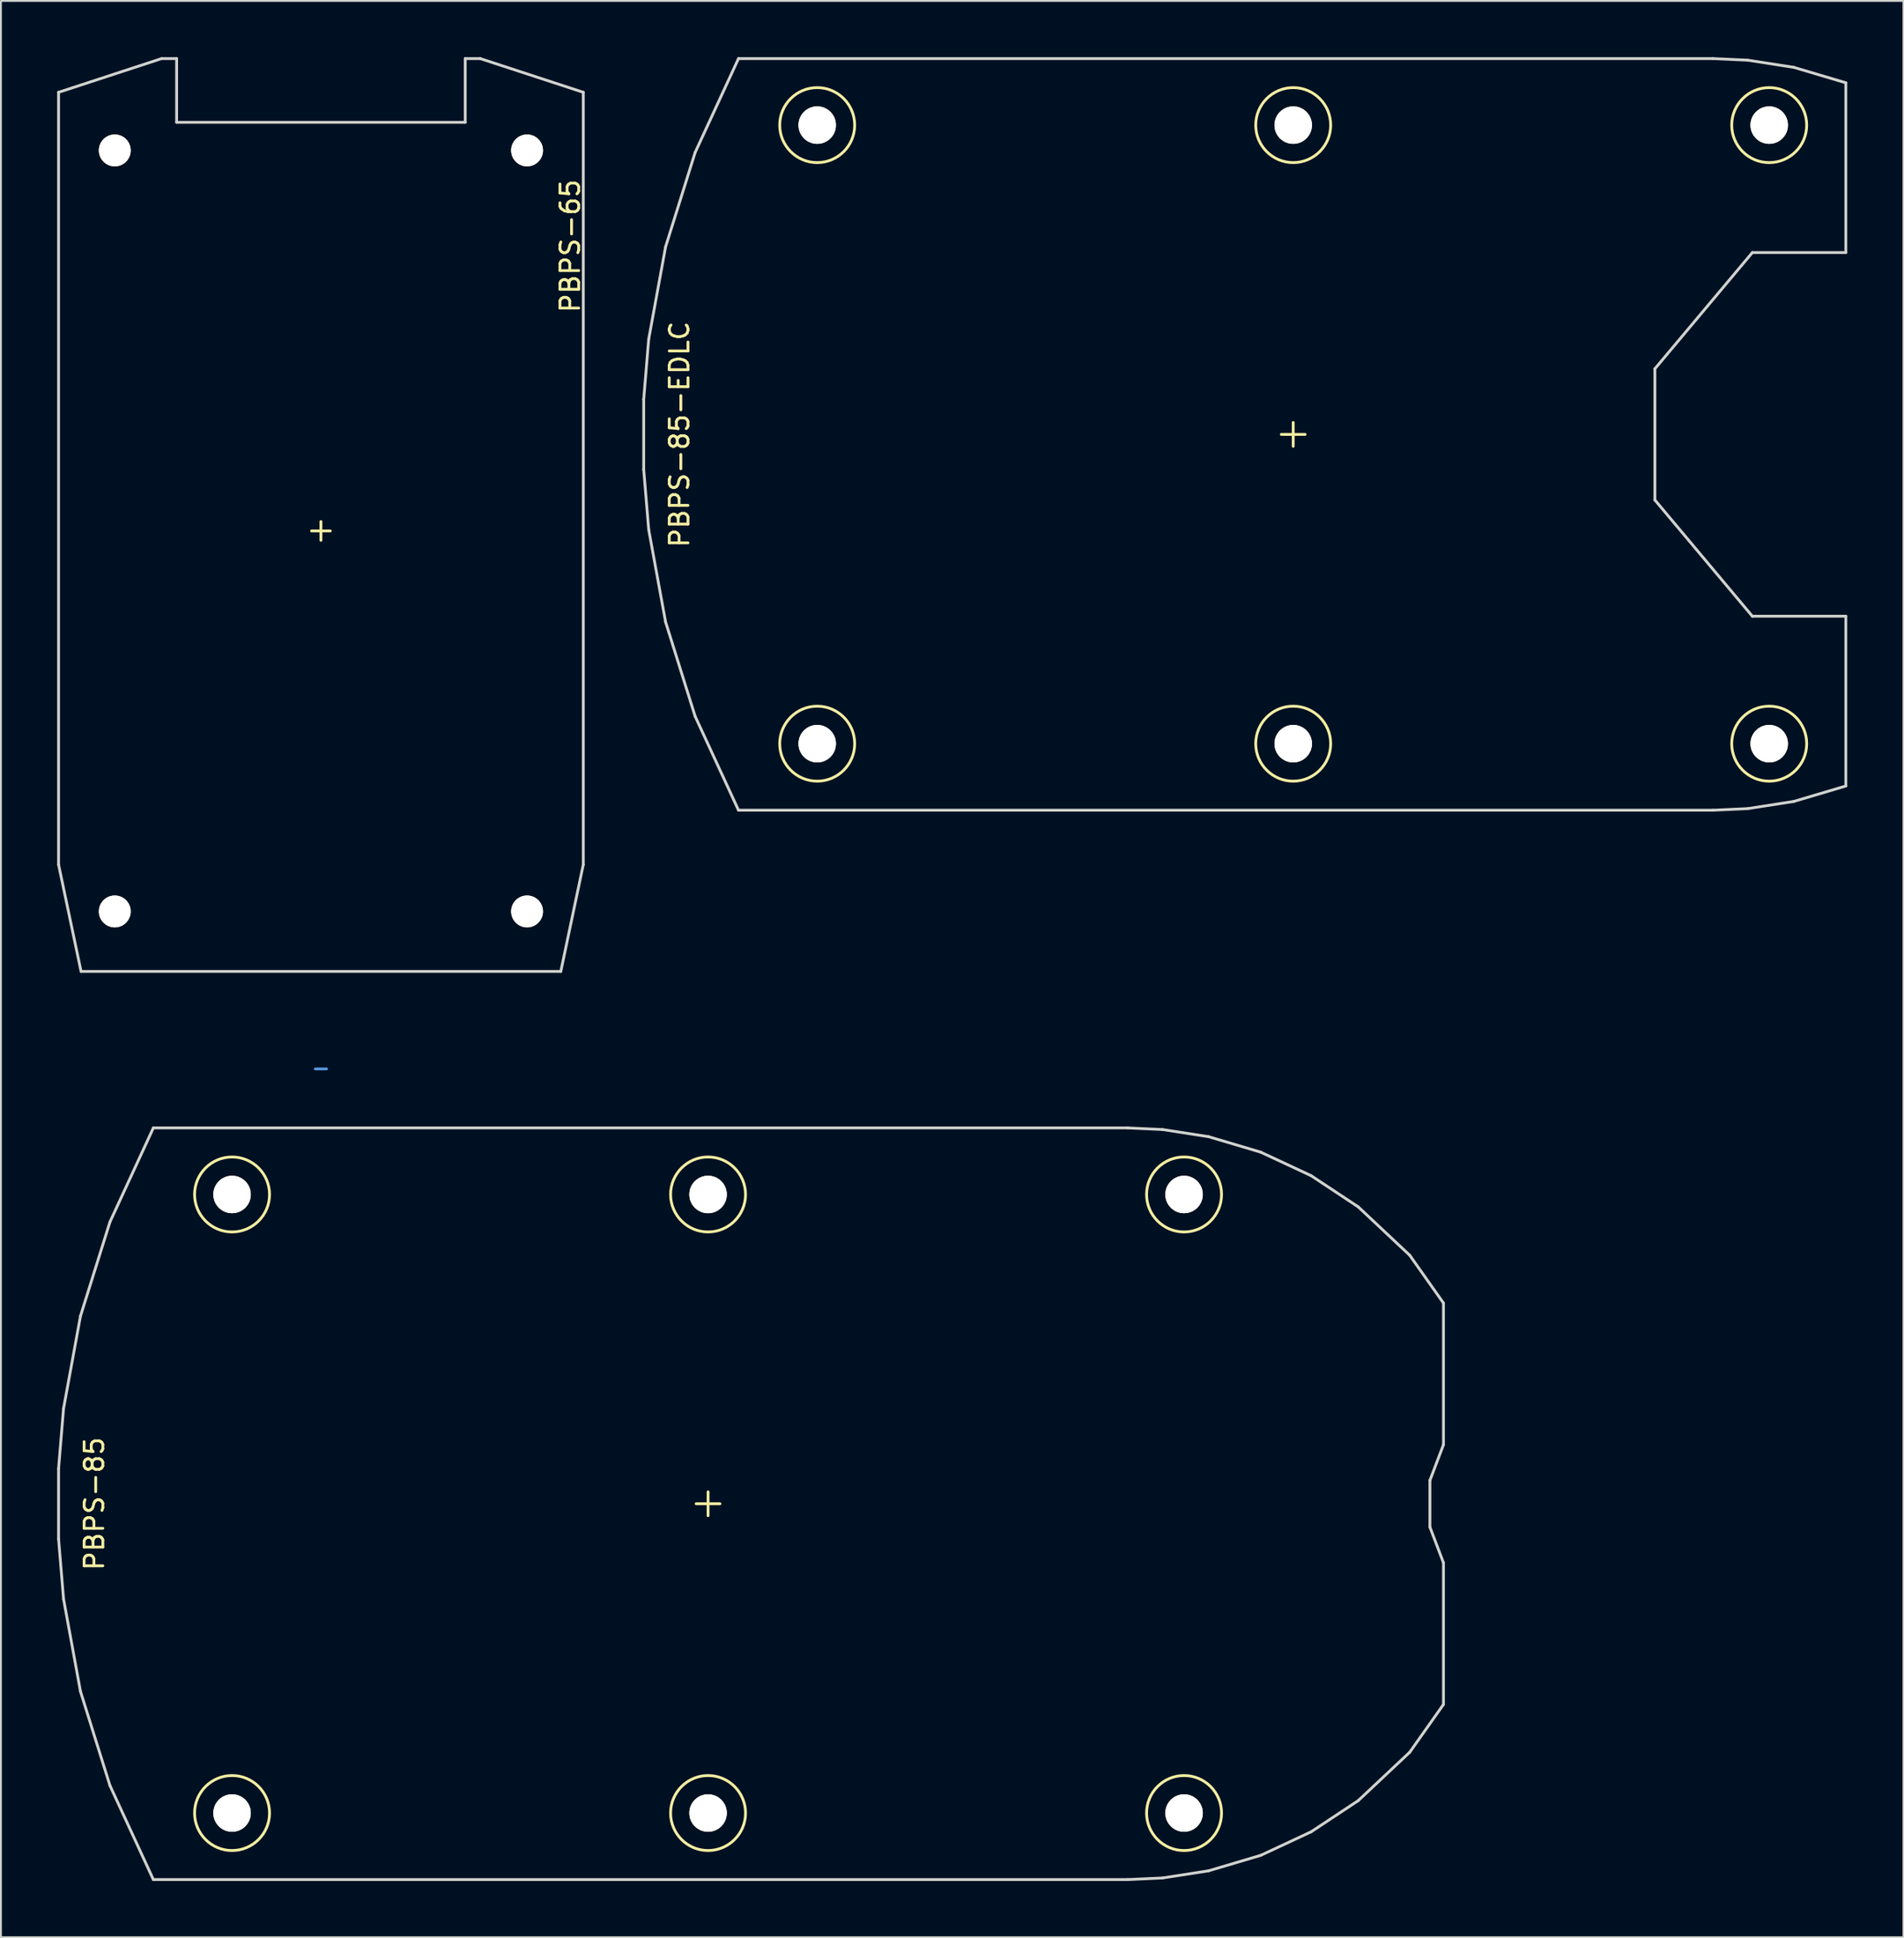
<source format=kicad_pcb>
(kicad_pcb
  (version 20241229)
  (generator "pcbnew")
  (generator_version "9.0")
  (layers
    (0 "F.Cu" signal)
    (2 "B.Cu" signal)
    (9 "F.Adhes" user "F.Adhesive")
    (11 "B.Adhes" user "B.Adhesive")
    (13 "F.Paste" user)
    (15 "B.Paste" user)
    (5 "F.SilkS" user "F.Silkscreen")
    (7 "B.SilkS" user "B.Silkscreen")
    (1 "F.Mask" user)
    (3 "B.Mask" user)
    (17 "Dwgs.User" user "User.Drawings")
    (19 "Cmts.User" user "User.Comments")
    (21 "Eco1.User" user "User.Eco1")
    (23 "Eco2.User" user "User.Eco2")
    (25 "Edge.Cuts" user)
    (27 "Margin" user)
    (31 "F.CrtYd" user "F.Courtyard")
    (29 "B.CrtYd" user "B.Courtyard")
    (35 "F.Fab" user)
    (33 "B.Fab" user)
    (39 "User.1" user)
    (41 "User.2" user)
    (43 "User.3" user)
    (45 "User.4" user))
  (footprint "PBPS-65"
    (layer "F.Cu")
    (at 14.075 25.275)
    (property "Reference" "PBPS-65" (at 13.3 -15.2 90) (layer "F.SilkS") (effects (font (size 1 1) (thickness 0.15))))
    (attr through_hole)
    (fp_line (start -0.5 0) (end 0.5 0) (stroke (width 0.15) (type solid)) (layer "F.SilkS"))
    (fp_line (start 0 -0.5) (end 0 0.5) (stroke (width 0.15) (type solid)) (layer "F.SilkS"))
    (fp_line (start -0.3 28.7) (end 0.3 28.7) (stroke (width 0.15) (type solid)) (layer "Cmts.User"))
    (fp_line (start -14 -23.4) (end -8.5 -25.2) (stroke (width 0.15) (type solid)) (layer "Edge.Cuts"))
    (fp_line (start -14 17.8) (end -14 -23.4) (stroke (width 0.15) (type solid)) (layer "Edge.Cuts"))
    (fp_line (start -12.8 23.5) (end -14 17.8) (stroke (width 0.15) (type solid)) (layer "Edge.Cuts"))
    (fp_line (start -7.7 -25.2) (end -8.5 -25.2) (stroke (width 0.15) (type solid)) (layer "Edge.Cuts"))
    (fp_line (start -7.7 -25.2) (end -7.7 -21.8) (stroke (width 0.15) (type solid)) (layer "Edge.Cuts"))
    (fp_line (start -7.7 -21.8) (end 7.7 -21.8) (stroke (width 0.15) (type solid)) (layer "Edge.Cuts"))
    (fp_line (start 7.7 -25.2) (end 8.5 -25.2) (stroke (width 0.15) (type solid)) (layer "Edge.Cuts"))
    (fp_line (start 7.7 -21.8) (end 7.7 -25.2) (stroke (width 0.15) (type solid)) (layer "Edge.Cuts"))
    (fp_line (start 8.5 -25.2) (end 14 -23.4) (stroke (width 0.15) (type solid)) (layer "Edge.Cuts"))
    (fp_line (start 12.8 23.5) (end -12.8 23.5) (stroke (width 0.15) (type solid)) (layer "Edge.Cuts"))
    (fp_line (start 14 -23.4) (end 14 17.8) (stroke (width 0.15) (type solid)) (layer "Edge.Cuts"))
    (fp_line (start 14 17.8) (end 12.8 23.5) (stroke (width 0.15) (type solid)) (layer "Edge.Cuts"))
    (pad "" np_thru_hole circle (at -11 -20.3) (size 1.7 1.7) (drill 1.7) (layers "*.Cu" "*.Mask" "F.SilkS"))
    (pad "" np_thru_hole circle (at -11 20.3) (size 1.7 1.7) (drill 1.7) (layers "*.Cu" "*.Mask" "F.SilkS"))
    (pad "" np_thru_hole circle (at 11 -20.3) (size 1.7 1.7) (drill 1.7) (layers "*.Cu" "*.Mask" "F.SilkS"))
    (pad "" np_thru_hole circle (at 11 20.3) (size 1.7 1.7) (drill 1.7) (layers "*.Cu" "*.Mask" "F.SilkS")))
  (footprint "PBPS-85-EDLC"
    (layer "F.Cu")
    (at 65.957 20.125)
    (property "Reference" "PBPS-85-EDLC" (at -32.75 0 90) (layer "F.SilkS") (effects (font (size 1 1) (thickness 0.15))))
    (attr through_hole)
    (fp_line (start -0.635 0) (end 0.635 0) (stroke (width 0.15) (type solid)) (layer "F.SilkS"))
    (fp_line (start 0 -0.635) (end 0 0.635) (stroke (width 0.15) (type solid)) (layer "F.SilkS"))
    (fp_circle (center -25.4 -16.5) (end -25.4 -18.5) (stroke (width 0.15) (type solid)) (fill no) (layer "F.SilkS"))
    (fp_circle (center -25.4 16.5) (end -25.4 18.5) (stroke (width 0.15) (type solid)) (fill no) (layer "F.SilkS"))
    (fp_circle (center 0 -16.5) (end 0 -18.5) (stroke (width 0.15) (type solid)) (fill no) (layer "F.SilkS"))
    (fp_circle (center 0 16.5) (end 0 18.5) (stroke (width 0.15) (type solid)) (fill no) (layer "F.SilkS"))
    (fp_circle (center 25.4 -16.5) (end 25.4 -18.5) (stroke (width 0.15) (type solid)) (fill no) (layer "F.SilkS"))
    (fp_circle (center 25.4 16.5) (end 25.4 18.5) (stroke (width 0.15) (type solid)) (fill no) (layer "F.SilkS"))
    (fp_line (start -34.658 -1.867) (end -34.658 1.867) (stroke (width 0.15) (type solid)) (layer "Edge.Cuts"))
    (fp_line (start -34.658 1.867) (end -34.392 5.08) (stroke (width 0.15) (type solid)) (layer "Edge.Cuts"))
    (fp_line (start -34.392 -5.08) (end -34.658 -1.867) (stroke (width 0.15) (type solid)) (layer "Edge.Cuts"))
    (fp_line (start -33.49 -10.008) (end -34.392 -5.08) (stroke (width 0.15) (type solid)) (layer "Edge.Cuts"))
    (fp_line (start -33.49 10.008) (end -34.392 5.08) (stroke (width 0.15) (type solid)) (layer "Edge.Cuts"))
    (fp_line (start -31.915 -15.037) (end -33.49 -10.008) (stroke (width 0.15) (type solid)) (layer "Edge.Cuts"))
    (fp_line (start -31.915 15.037) (end -33.49 10.008) (stroke (width 0.15) (type solid)) (layer "Edge.Cuts"))
    (fp_line (start -29.6 -20.05) (end -31.915 -15.037) (stroke (width 0.15) (type solid)) (layer "Edge.Cuts"))
    (fp_line (start -29.6 -20.05) (end 22.4 -20.05) (stroke (width 0.15) (type solid)) (layer "Edge.Cuts"))
    (fp_line (start -29.6 20.05) (end -31.915 15.037) (stroke (width 0.15) (type solid)) (layer "Edge.Cuts"))
    (fp_line (start -29.6 20.05) (end 22.4 20.05) (stroke (width 0.15) (type solid)) (layer "Edge.Cuts"))
    (fp_line (start 19.3 -3.5) (end 24.5 -9.7) (stroke (width 0.15) (type solid)) (layer "Edge.Cuts"))
    (fp_line (start 19.3 3.5) (end 19.3 -3.5) (stroke (width 0.15) (type solid)) (layer "Edge.Cuts"))
    (fp_line (start 19.3 3.5) (end 24.5 9.7) (stroke (width 0.15) (type solid)) (layer "Edge.Cuts"))
    (fp_line (start 22.4 -20.05) (end 24.257 -19.964) (stroke (width 0.15) (type solid)) (layer "Edge.Cuts"))
    (fp_line (start 22.4 20.05) (end 24.257 19.964) (stroke (width 0.15) (type solid)) (layer "Edge.Cuts"))
    (fp_line (start 24.257 -19.964) (end 26.708 -19.583) (stroke (width 0.15) (type solid)) (layer "Edge.Cuts"))
    (fp_line (start 24.257 19.964) (end 26.708 19.583) (stroke (width 0.15) (type solid)) (layer "Edge.Cuts"))
    (fp_line (start 24.5 -9.7) (end 29.489 -9.7) (stroke (width 0.15) (type solid)) (layer "Edge.Cuts"))
    (fp_line (start 24.5 9.7) (end 29.489 9.7) (stroke (width 0.15) (type solid)) (layer "Edge.Cuts"))
    (fp_line (start 26.708 -19.583) (end 29.489 -18.758) (stroke (width 0.15) (type solid)) (layer "Edge.Cuts"))
    (fp_line (start 26.708 19.583) (end 29.489 18.758) (stroke (width 0.15) (type solid)) (layer "Edge.Cuts"))
    (fp_line (start 29.489 -9.7) (end 29.489 -18.758) (stroke (width 0.15) (type solid)) (layer "Edge.Cuts"))
    (fp_line (start 29.489 9.7) (end 29.489 18.758) (stroke (width 0.15) (type solid)) (layer "Edge.Cuts"))
    (pad "" np_thru_hole circle (at -25.4 -16.5) (size 2 2) (drill 2) (layers "*.Cu" "*.Mask" "F.SilkS"))
    (pad "" np_thru_hole circle (at -25.4 16.5) (size 2 2) (drill 2) (layers "*.Cu" "*.Mask" "F.SilkS"))
    (pad "" np_thru_hole circle (at 0 -16.5) (size 2 2) (drill 2) (layers "*.Cu" "*.Mask" "F.SilkS"))
    (pad "" np_thru_hole circle (at 0 16.5) (size 2 2) (drill 2) (layers "*.Cu" "*.Mask" "F.SilkS"))
    (pad "" np_thru_hole circle (at 25.4 -16.5) (size 2 2) (drill 2) (layers "*.Cu" "*.Mask" "F.SilkS"))
    (pad "" np_thru_hole circle (at 25.4 16.5) (size 2 2) (drill 2) (layers "*.Cu" "*.Mask" "F.SilkS")))
  (footprint "PBPS-85"
    (layer "F.Cu")
    (at 34.733 77.175)
    (property "Reference" "PBPS-85" (at -32.75 0 90) (layer "F.SilkS") (effects (font (size 1 1) (thickness 0.15))))
    (attr through_hole)
    (fp_line (start -0.635 0) (end 0.635 0) (stroke (width 0.15) (type solid)) (layer "F.SilkS"))
    (fp_line (start 0 -0.635) (end 0 0.635) (stroke (width 0.15) (type solid)) (layer "F.SilkS"))
    (fp_circle (center -25.4 -16.5) (end -25.4 -18.5) (stroke (width 0.15) (type solid)) (fill no) (layer "F.SilkS"))
    (fp_circle (center -25.4 16.5) (end -25.4 18.5) (stroke (width 0.15) (type solid)) (fill no) (layer "F.SilkS"))
    (fp_circle (center 0 -16.5) (end 0 -18.5) (stroke (width 0.15) (type solid)) (fill no) (layer "F.SilkS"))
    (fp_circle (center 0 16.5) (end 0 18.5) (stroke (width 0.15) (type solid)) (fill no) (layer "F.SilkS"))
    (fp_circle (center 25.4 -16.5) (end 25.4 -18.5) (stroke (width 0.15) (type solid)) (fill no) (layer "F.SilkS"))
    (fp_circle (center 25.4 16.5) (end 25.4 18.5) (stroke (width 0.15) (type solid)) (fill no) (layer "F.SilkS"))
    (fp_line (start -34.658 -1.867) (end -34.658 1.867) (stroke (width 0.15) (type solid)) (layer "Edge.Cuts"))
    (fp_line (start -34.658 1.867) (end -34.392 5.08) (stroke (width 0.15) (type solid)) (layer "Edge.Cuts"))
    (fp_line (start -34.392 -5.08) (end -34.658 -1.867) (stroke (width 0.15) (type solid)) (layer "Edge.Cuts"))
    (fp_line (start -33.49 -10.008) (end -34.392 -5.08) (stroke (width 0.15) (type solid)) (layer "Edge.Cuts"))
    (fp_line (start -33.49 10.008) (end -34.392 5.08) (stroke (width 0.15) (type solid)) (layer "Edge.Cuts"))
    (fp_line (start -31.915 -15.037) (end -33.49 -10.008) (stroke (width 0.15) (type solid)) (layer "Edge.Cuts"))
    (fp_line (start -31.915 15.037) (end -33.49 10.008) (stroke (width 0.15) (type solid)) (layer "Edge.Cuts"))
    (fp_line (start -29.6 -20.05) (end -31.915 -15.037) (stroke (width 0.15) (type solid)) (layer "Edge.Cuts"))
    (fp_line (start -29.6 -20.05) (end 22.4 -20.05) (stroke (width 0.15) (type solid)) (layer "Edge.Cuts"))
    (fp_line (start -29.6 20.05) (end -31.915 15.037) (stroke (width 0.15) (type solid)) (layer "Edge.Cuts"))
    (fp_line (start -29.6 20.05) (end 22.4 20.05) (stroke (width 0.15) (type solid)) (layer "Edge.Cuts"))
    (fp_line (start 22.4 -20.05) (end 24.257 -19.964) (stroke (width 0.15) (type solid)) (layer "Edge.Cuts"))
    (fp_line (start 22.4 20.05) (end 24.257 19.964) (stroke (width 0.15) (type solid)) (layer "Edge.Cuts"))
    (fp_line (start 24.257 -19.964) (end 26.708 -19.583) (stroke (width 0.15) (type solid)) (layer "Edge.Cuts"))
    (fp_line (start 24.257 19.964) (end 26.708 19.583) (stroke (width 0.15) (type solid)) (layer "Edge.Cuts"))
    (fp_line (start 26.708 -19.583) (end 29.489 -18.758) (stroke (width 0.15) (type solid)) (layer "Edge.Cuts"))
    (fp_line (start 26.708 19.583) (end 29.489 18.758) (stroke (width 0.15) (type solid)) (layer "Edge.Cuts"))
    (fp_line (start 29.489 -18.758) (end 32.182 -17.501) (stroke (width 0.15) (type solid)) (layer "Edge.Cuts"))
    (fp_line (start 29.489 18.758) (end 32.182 17.501) (stroke (width 0.15) (type solid)) (layer "Edge.Cuts"))
    (fp_line (start 32.182 -17.501) (end 34.696 -15.837) (stroke (width 0.15) (type solid)) (layer "Edge.Cuts"))
    (fp_line (start 32.182 17.501) (end 34.696 15.837) (stroke (width 0.15) (type solid)) (layer "Edge.Cuts"))
    (fp_line (start 34.696 -15.837) (end 37.44 -13.259) (stroke (width 0.15) (type solid)) (layer "Edge.Cuts"))
    (fp_line (start 34.696 15.837) (end 37.44 13.259) (stroke (width 0.15) (type solid)) (layer "Edge.Cuts"))
    (fp_line (start 37.44 -13.259) (end 39.243 -10.706) (stroke (width 0.15) (type solid)) (layer "Edge.Cuts"))
    (fp_line (start 37.44 13.259) (end 39.243 10.706) (stroke (width 0.15) (type solid)) (layer "Edge.Cuts"))
    (fp_line (start 38.519 -1.245) (end 38.519 1.245) (stroke (width 0.15) (type solid)) (layer "Edge.Cuts"))
    (fp_line (start 38.519 -1.245) (end 39.243 -3.15) (stroke (width 0.15) (type solid)) (layer "Edge.Cuts"))
    (fp_line (start 38.519 1.245) (end 39.243 3.15) (stroke (width 0.15) (type solid)) (layer "Edge.Cuts"))
    (fp_line (start 39.243 -3.15) (end 39.243 -10.706) (stroke (width 0.15) (type solid)) (layer "Edge.Cuts"))
    (fp_line (start 39.243 3.15) (end 39.243 10.706) (stroke (width 0.15) (type solid)) (layer "Edge.Cuts"))
    (pad "" np_thru_hole circle (at -25.4 -16.5) (size 2 2) (drill 2) (layers "*.Cu" "*.Mask" "F.SilkS"))
    (pad "" np_thru_hole circle (at -25.4 16.5) (size 2 2) (drill 2) (layers "*.Cu" "*.Mask" "F.SilkS"))
    (pad "" np_thru_hole circle (at 0 -16.5) (size 2 2) (drill 2) (layers "*.Cu" "*.Mask" "F.SilkS"))
    (pad "" np_thru_hole circle (at 0 16.5) (size 2 2) (drill 2) (layers "*.Cu" "*.Mask" "F.SilkS"))
    (pad "" np_thru_hole circle (at 25.4 -16.5) (size 2 2) (drill 2) (layers "*.Cu" "*.Mask" "F.SilkS"))
    (pad "" np_thru_hole circle (at 25.4 16.5) (size 2 2) (drill 2) (layers "*.Cu" "*.Mask" "F.SilkS")))
  (gr_rect
    (start -3 -3)
    (end 98.521 100.3)
    (stroke (width 0.1) (type default))
    (fill no)
    (layer "Edge.Cuts")))
</source>
